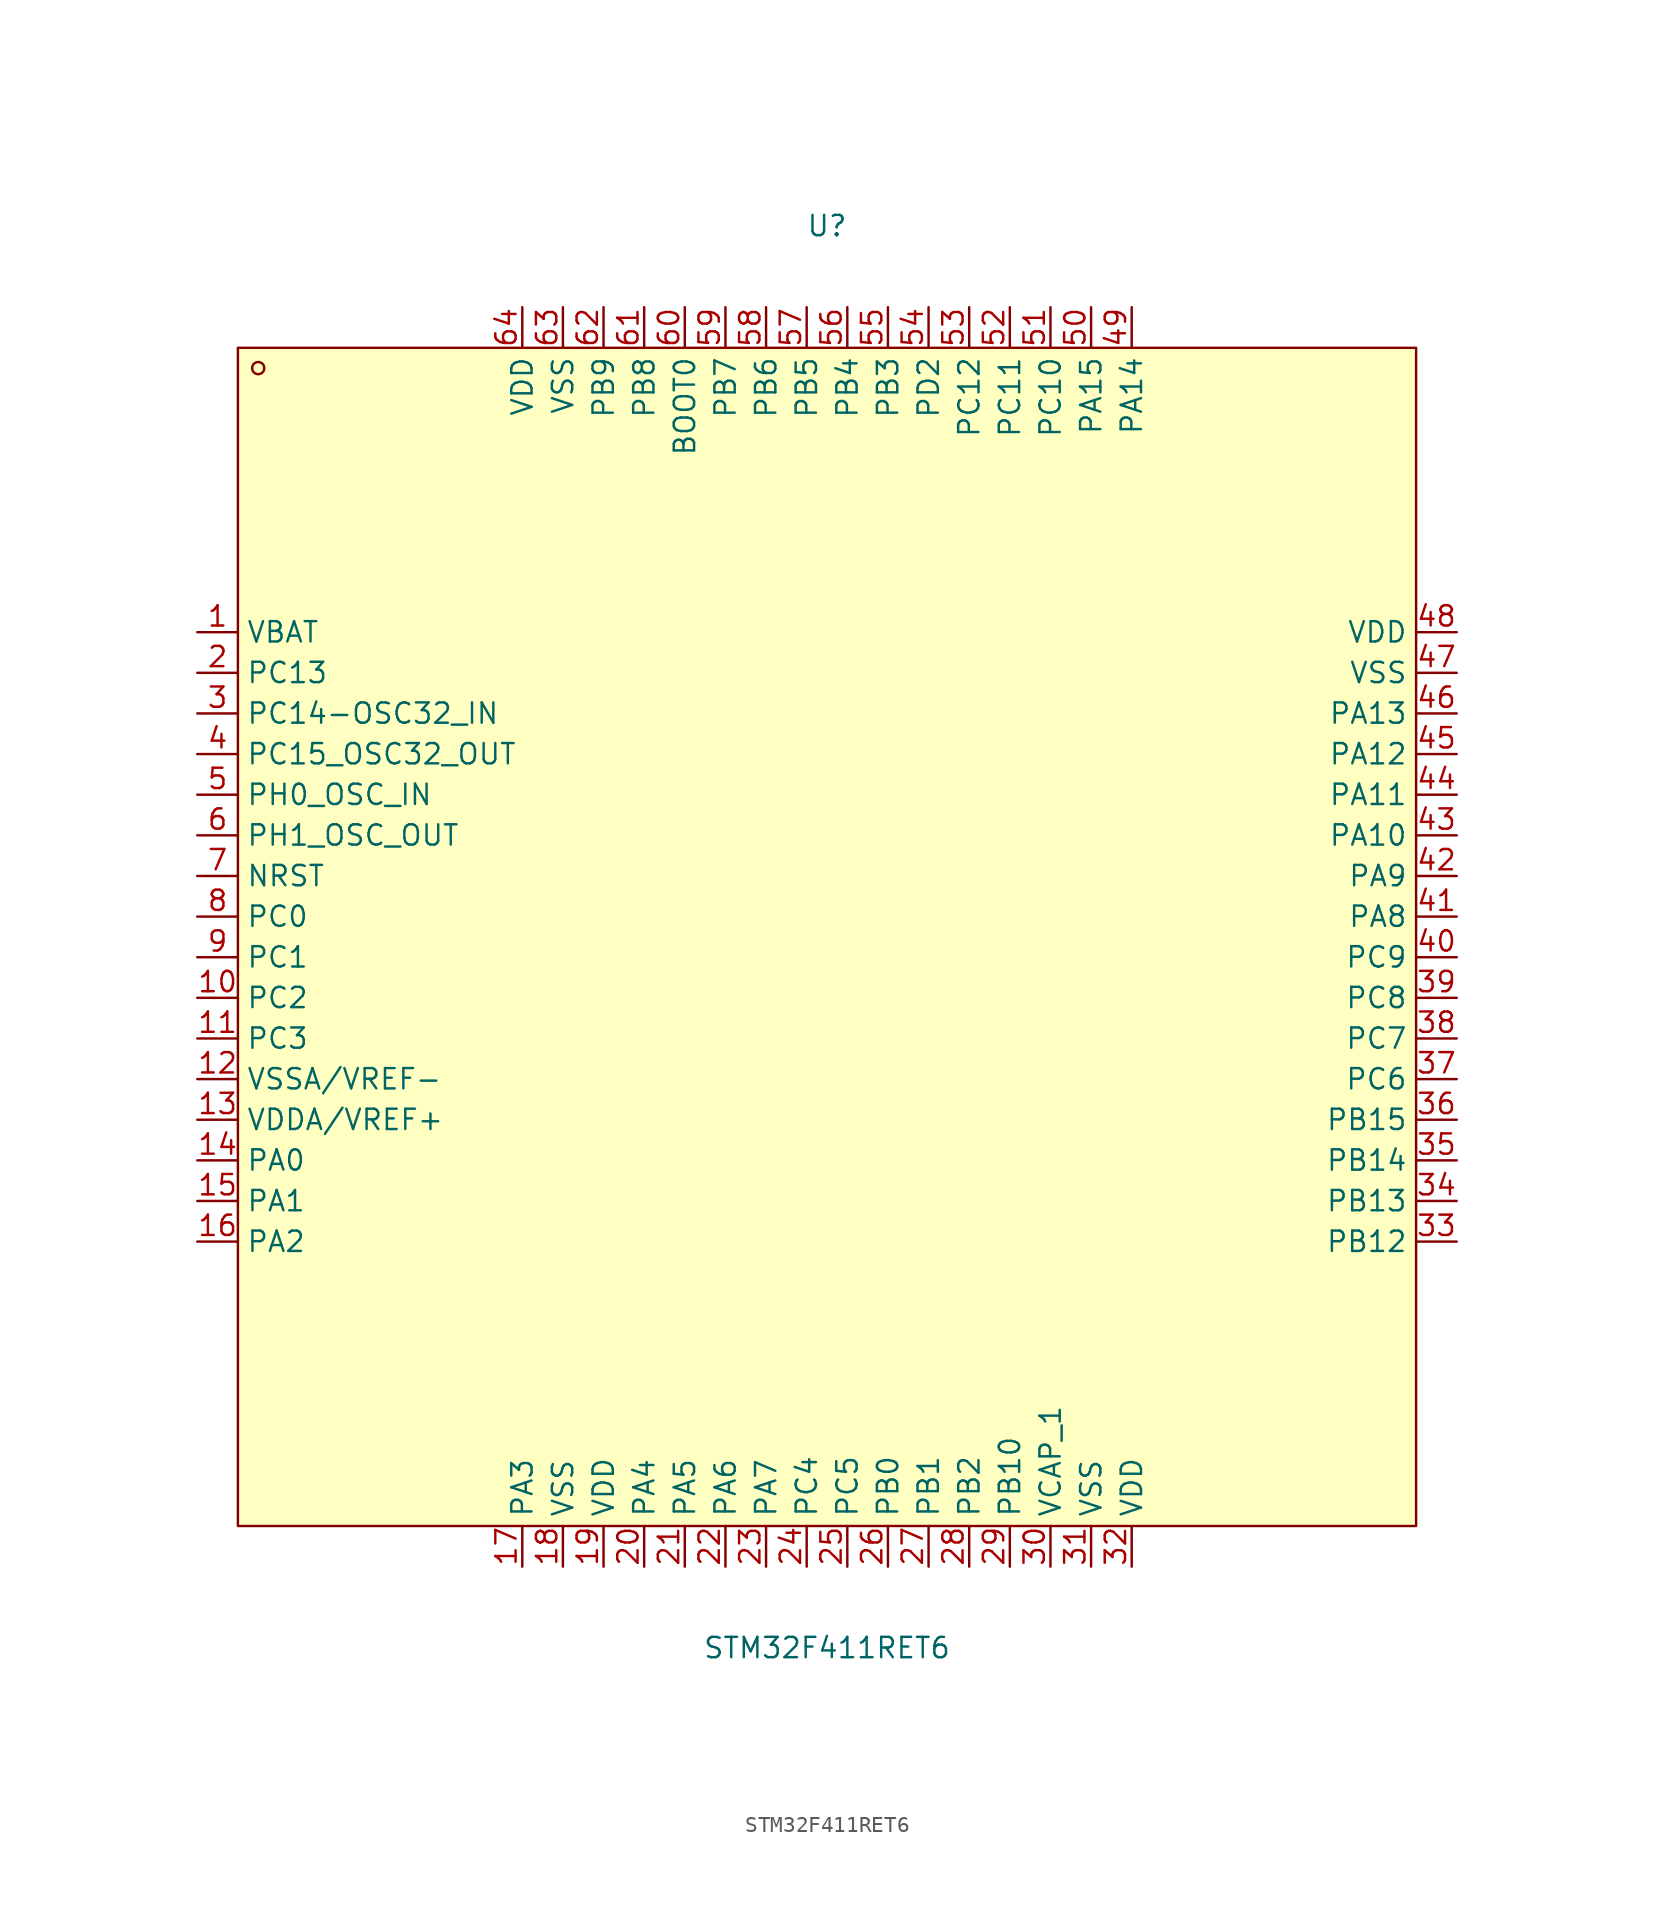
<source format=kicad_sym>
(kicad_symbol_lib
  (version 20231120)
  (generator "kicad_symbol_editor")
  (generator_version "8.0")
  (symbol "STM32F411RET6"
    (property "Reference" "U"
      (at 0 44.45 0)
      (effects (font (size 1.27 1.27))))
    (property "Value" "STM32F411RET6"
      (at 0 -44.45 0)
      (effects (font (size 1.27 1.27))))
    (symbol "STM32F411RET6_0_1"
      (rectangle (start -36.83 36.83) (end 36.83 -36.83) (stroke (width 0) (type default)) (fill (type background)))
      (circle (center -35.56 35.56) (radius 0.38) (stroke (width 0) (type default)) (fill (type none)))
      (pin unspecified line (at -39.37 19.05 0) (length 2.54) (name "VBAT" (effects (font (size 1.27 1.27)))) (number "1" (effects (font (size 1.27 1.27)))))
      (pin unspecified line (at -39.37 -3.81 0) (length 2.54) (name "PC2" (effects (font (size 1.27 1.27)))) (number "10" (effects (font (size 1.27 1.27)))))
      (pin unspecified line (at -39.37 -6.35 0) (length 2.54) (name "PC3" (effects (font (size 1.27 1.27)))) (number "11" (effects (font (size 1.27 1.27)))))
      (pin unspecified line (at -39.37 -8.89 0) (length 2.54) (name "VSSA/VREF-" (effects (font (size 1.27 1.27)))) (number "12" (effects (font (size 1.27 1.27)))))
      (pin unspecified line (at -39.37 -11.43 0) (length 2.54) (name "VDDA/VREF+" (effects (font (size 1.27 1.27)))) (number "13" (effects (font (size 1.27 1.27)))))
      (pin unspecified line (at -39.37 -13.97 0) (length 2.54) (name "PA0" (effects (font (size 1.27 1.27)))) (number "14" (effects (font (size 1.27 1.27)))))
      (pin unspecified line (at -39.37 -16.51 0) (length 2.54) (name "PA1" (effects (font (size 1.27 1.27)))) (number "15" (effects (font (size 1.27 1.27)))))
      (pin unspecified line (at -39.37 -19.05 0) (length 2.54) (name "PA2" (effects (font (size 1.27 1.27)))) (number "16" (effects (font (size 1.27 1.27)))))
      (pin unspecified line (at -19.05 -39.37 90) (length 2.54) (name "PA3" (effects (font (size 1.27 1.27)))) (number "17" (effects (font (size 1.27 1.27)))))
      (pin unspecified line (at -16.51 -39.37 90) (length 2.54) (name "VSS" (effects (font (size 1.27 1.27)))) (number "18" (effects (font (size 1.27 1.27)))))
      (pin unspecified line (at -13.97 -39.37 90) (length 2.54) (name "VDD" (effects (font (size 1.27 1.27)))) (number "19" (effects (font (size 1.27 1.27)))))
      (pin unspecified line (at -39.37 16.51 0) (length 2.54) (name "PC13" (effects (font (size 1.27 1.27)))) (number "2" (effects (font (size 1.27 1.27)))))
      (pin unspecified line (at -11.43 -39.37 90) (length 2.54) (name "PA4" (effects (font (size 1.27 1.27)))) (number "20" (effects (font (size 1.27 1.27)))))
      (pin unspecified line (at -8.89 -39.37 90) (length 2.54) (name "PA5" (effects (font (size 1.27 1.27)))) (number "21" (effects (font (size 1.27 1.27)))))
      (pin unspecified line (at -6.35 -39.37 90) (length 2.54) (name "PA6" (effects (font (size 1.27 1.27)))) (number "22" (effects (font (size 1.27 1.27)))))
      (pin unspecified line (at -3.81 -39.37 90) (length 2.54) (name "PA7" (effects (font (size 1.27 1.27)))) (number "23" (effects (font (size 1.27 1.27)))))
      (pin unspecified line (at -1.27 -39.37 90) (length 2.54) (name "PC4" (effects (font (size 1.27 1.27)))) (number "24" (effects (font (size 1.27 1.27)))))
      (pin unspecified line (at 1.27 -39.37 90) (length 2.54) (name "PC5" (effects (font (size 1.27 1.27)))) (number "25" (effects (font (size 1.27 1.27)))))
      (pin unspecified line (at 3.81 -39.37 90) (length 2.54) (name "PB0" (effects (font (size 1.27 1.27)))) (number "26" (effects (font (size 1.27 1.27)))))
      (pin unspecified line (at 6.35 -39.37 90) (length 2.54) (name "PB1" (effects (font (size 1.27 1.27)))) (number "27" (effects (font (size 1.27 1.27)))))
      (pin unspecified line (at 8.89 -39.37 90) (length 2.54) (name "PB2" (effects (font (size 1.27 1.27)))) (number "28" (effects (font (size 1.27 1.27)))))
      (pin unspecified line (at 11.43 -39.37 90) (length 2.54) (name "PB10" (effects (font (size 1.27 1.27)))) (number "29" (effects (font (size 1.27 1.27)))))
      (pin unspecified line (at -39.37 13.97 0) (length 2.54) (name "PC14-OSC32_IN" (effects (font (size 1.27 1.27)))) (number "3" (effects (font (size 1.27 1.27)))))
      (pin unspecified line (at 13.97 -39.37 90) (length 2.54) (name "VCAP_1" (effects (font (size 1.27 1.27)))) (number "30" (effects (font (size 1.27 1.27)))))
      (pin unspecified line (at 16.51 -39.37 90) (length 2.54) (name "VSS" (effects (font (size 1.27 1.27)))) (number "31" (effects (font (size 1.27 1.27)))))
      (pin unspecified line (at 19.05 -39.37 90) (length 2.54) (name "VDD" (effects (font (size 1.27 1.27)))) (number "32" (effects (font (size 1.27 1.27)))))
      (pin unspecified line (at 39.37 -19.05 180) (length 2.54) (name "PB12" (effects (font (size 1.27 1.27)))) (number "33" (effects (font (size 1.27 1.27)))))
      (pin unspecified line (at 39.37 -16.51 180) (length 2.54) (name "PB13" (effects (font (size 1.27 1.27)))) (number "34" (effects (font (size 1.27 1.27)))))
      (pin unspecified line (at 39.37 -13.97 180) (length 2.54) (name "PB14" (effects (font (size 1.27 1.27)))) (number "35" (effects (font (size 1.27 1.27)))))
      (pin unspecified line (at 39.37 -11.43 180) (length 2.54) (name "PB15" (effects (font (size 1.27 1.27)))) (number "36" (effects (font (size 1.27 1.27)))))
      (pin unspecified line (at 39.37 -8.89 180) (length 2.54) (name "PC6" (effects (font (size 1.27 1.27)))) (number "37" (effects (font (size 1.27 1.27)))))
      (pin unspecified line (at 39.37 -6.35 180) (length 2.54) (name "PC7" (effects (font (size 1.27 1.27)))) (number "38" (effects (font (size 1.27 1.27)))))
      (pin unspecified line (at 39.37 -3.81 180) (length 2.54) (name "PC8" (effects (font (size 1.27 1.27)))) (number "39" (effects (font (size 1.27 1.27)))))
      (pin unspecified line (at -39.37 11.43 0) (length 2.54) (name "PC15_OSC32_OUT" (effects (font (size 1.27 1.27)))) (number "4" (effects (font (size 1.27 1.27)))))
      (pin unspecified line (at 39.37 -1.27 180) (length 2.54) (name "PC9" (effects (font (size 1.27 1.27)))) (number "40" (effects (font (size 1.27 1.27)))))
      (pin unspecified line (at 39.37 1.27 180) (length 2.54) (name "PA8" (effects (font (size 1.27 1.27)))) (number "41" (effects (font (size 1.27 1.27)))))
      (pin unspecified line (at 39.37 3.81 180) (length 2.54) (name "PA9" (effects (font (size 1.27 1.27)))) (number "42" (effects (font (size 1.27 1.27)))))
      (pin unspecified line (at 39.37 6.35 180) (length 2.54) (name "PA10" (effects (font (size 1.27 1.27)))) (number "43" (effects (font (size 1.27 1.27)))))
      (pin unspecified line (at 39.37 8.89 180) (length 2.54) (name "PA11" (effects (font (size 1.27 1.27)))) (number "44" (effects (font (size 1.27 1.27)))))
      (pin unspecified line (at 39.37 11.43 180) (length 2.54) (name "PA12" (effects (font (size 1.27 1.27)))) (number "45" (effects (font (size 1.27 1.27)))))
      (pin unspecified line (at 39.37 13.97 180) (length 2.54) (name "PA13" (effects (font (size 1.27 1.27)))) (number "46" (effects (font (size 1.27 1.27)))))
      (pin unspecified line (at 39.37 16.51 180) (length 2.54) (name "VSS" (effects (font (size 1.27 1.27)))) (number "47" (effects (font (size 1.27 1.27)))))
      (pin unspecified line (at 39.37 19.05 180) (length 2.54) (name "VDD" (effects (font (size 1.27 1.27)))) (number "48" (effects (font (size 1.27 1.27)))))
      (pin unspecified line (at 19.05 39.37 270) (length 2.54) (name "PA14" (effects (font (size 1.27 1.27)))) (number "49" (effects (font (size 1.27 1.27)))))
      (pin unspecified line (at -39.37 8.89 0) (length 2.54) (name "PH0_OSC_IN" (effects (font (size 1.27 1.27)))) (number "5" (effects (font (size 1.27 1.27)))))
      (pin unspecified line (at 16.51 39.37 270) (length 2.54) (name "PA15" (effects (font (size 1.27 1.27)))) (number "50" (effects (font (size 1.27 1.27)))))
      (pin unspecified line (at 13.97 39.37 270) (length 2.54) (name "PC10" (effects (font (size 1.27 1.27)))) (number "51" (effects (font (size 1.27 1.27)))))
      (pin unspecified line (at 11.43 39.37 270) (length 2.54) (name "PC11" (effects (font (size 1.27 1.27)))) (number "52" (effects (font (size 1.27 1.27)))))
      (pin unspecified line (at 8.89 39.37 270) (length 2.54) (name "PC12" (effects (font (size 1.27 1.27)))) (number "53" (effects (font (size 1.27 1.27)))))
      (pin unspecified line (at 6.35 39.37 270) (length 2.54) (name "PD2" (effects (font (size 1.27 1.27)))) (number "54" (effects (font (size 1.27 1.27)))))
      (pin unspecified line (at 3.81 39.37 270) (length 2.54) (name "PB3" (effects (font (size 1.27 1.27)))) (number "55" (effects (font (size 1.27 1.27)))))
      (pin unspecified line (at 1.27 39.37 270) (length 2.54) (name "PB4" (effects (font (size 1.27 1.27)))) (number "56" (effects (font (size 1.27 1.27)))))
      (pin unspecified line (at -1.27 39.37 270) (length 2.54) (name "PB5" (effects (font (size 1.27 1.27)))) (number "57" (effects (font (size 1.27 1.27)))))
      (pin unspecified line (at -3.81 39.37 270) (length 2.54) (name "PB6" (effects (font (size 1.27 1.27)))) (number "58" (effects (font (size 1.27 1.27)))))
      (pin unspecified line (at -6.35 39.37 270) (length 2.54) (name "PB7" (effects (font (size 1.27 1.27)))) (number "59" (effects (font (size 1.27 1.27)))))
      (pin unspecified line (at -39.37 6.35 0) (length 2.54) (name "PH1_OSC_OUT" (effects (font (size 1.27 1.27)))) (number "6" (effects (font (size 1.27 1.27)))))
      (pin unspecified line (at -8.89 39.37 270) (length 2.54) (name "BOOT0" (effects (font (size 1.27 1.27)))) (number "60" (effects (font (size 1.27 1.27)))))
      (pin unspecified line (at -11.43 39.37 270) (length 2.54) (name "PB8" (effects (font (size 1.27 1.27)))) (number "61" (effects (font (size 1.27 1.27)))))
      (pin unspecified line (at -13.97 39.37 270) (length 2.54) (name "PB9" (effects (font (size 1.27 1.27)))) (number "62" (effects (font (size 1.27 1.27)))))
      (pin unspecified line (at -16.51 39.37 270) (length 2.54) (name "VSS" (effects (font (size 1.27 1.27)))) (number "63" (effects (font (size 1.27 1.27)))))
      (pin unspecified line (at -19.05 39.37 270) (length 2.54) (name "VDD" (effects (font (size 1.27 1.27)))) (number "64" (effects (font (size 1.27 1.27)))))
      (pin unspecified line (at -39.37 3.81 0) (length 2.54) (name "NRST" (effects (font (size 1.27 1.27)))) (number "7" (effects (font (size 1.27 1.27)))))
      (pin unspecified line (at -39.37 1.27 0) (length 2.54) (name "PC0" (effects (font (size 1.27 1.27)))) (number "8" (effects (font (size 1.27 1.27)))))
      (pin unspecified line (at -39.37 -1.27 0) (length 2.54) (name "PC1" (effects (font (size 1.27 1.27)))) (number "9" (effects (font (size 1.27 1.27))))))))
</source>
